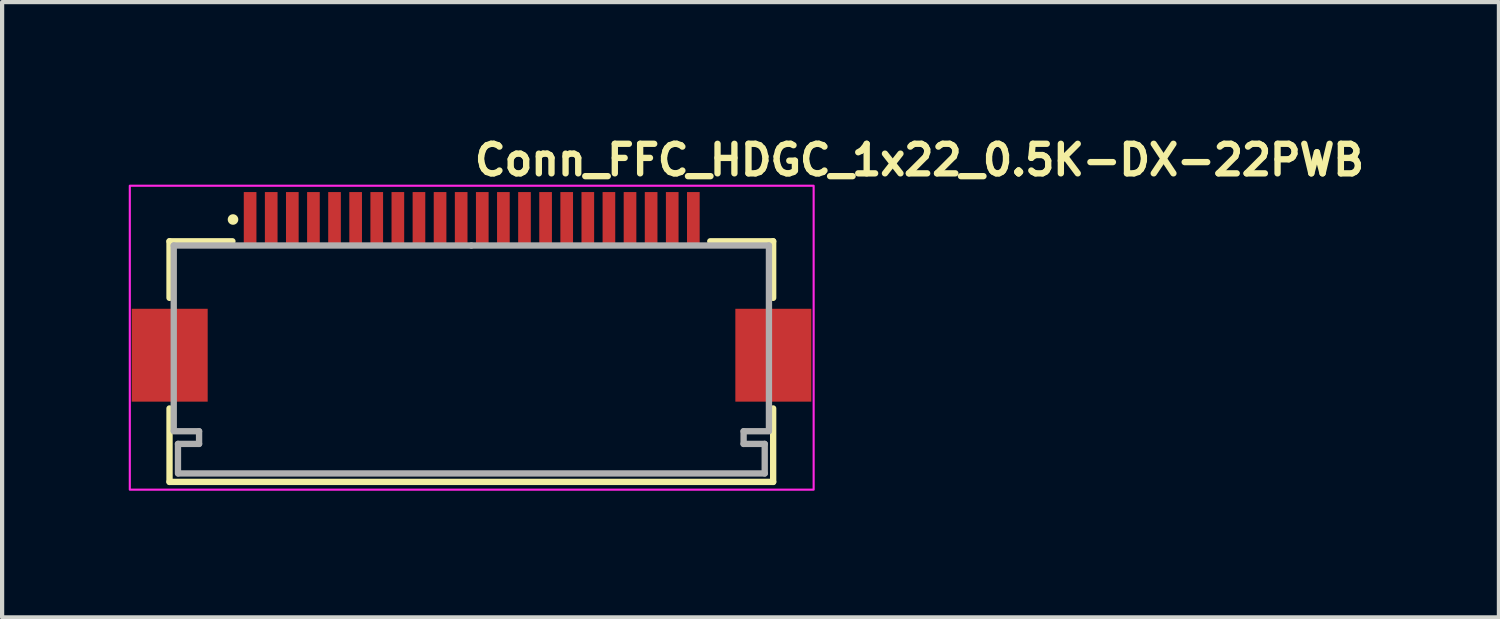
<source format=kicad_pcb>
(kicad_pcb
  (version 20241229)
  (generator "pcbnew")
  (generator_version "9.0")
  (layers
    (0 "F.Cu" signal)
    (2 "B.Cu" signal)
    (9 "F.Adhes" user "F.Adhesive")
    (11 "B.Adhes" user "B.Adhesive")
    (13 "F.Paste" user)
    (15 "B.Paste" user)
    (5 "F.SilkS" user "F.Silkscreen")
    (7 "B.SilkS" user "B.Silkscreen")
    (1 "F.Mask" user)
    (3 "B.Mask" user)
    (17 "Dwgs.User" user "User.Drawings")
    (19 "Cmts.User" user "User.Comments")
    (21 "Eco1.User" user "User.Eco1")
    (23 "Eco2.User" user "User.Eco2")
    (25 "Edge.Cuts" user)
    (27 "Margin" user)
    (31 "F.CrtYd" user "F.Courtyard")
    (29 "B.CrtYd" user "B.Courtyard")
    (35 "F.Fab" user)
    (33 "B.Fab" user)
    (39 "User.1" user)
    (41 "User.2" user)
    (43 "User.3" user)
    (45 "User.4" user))
  (footprint "Conn_FFC_HDGC_1x22_0.5K-DX-22PWB"
    (layer "F.Cu")
    (at 8.125 4.95)
    (property "Reference" "Conn_FFC_HDGC_1x22_0.5K-DX-22PWB" (at -0.009 -3.8 180) (layer "F.SilkS") (effects (font (size 0.7 0.7) (thickness 0.15)) (justify left bottom)))
    (attr smd)
    (fp_line (start -7.159 -2.284) (end -7.159 -0.944) (stroke (width 0.15) (type solid)) (layer "F.SilkS"))
    (fp_line (start -7.159 1.676) (end -7.159 3.416) (stroke (width 0.15) (type solid)) (layer "F.SilkS"))
    (fp_line (start -7.159 3.416) (end 7.141 3.416) (stroke (width 0.15) (type solid)) (layer "F.SilkS"))
    (fp_line (start -5.669 -2.284) (end -7.159 -2.284) (stroke (width 0.15) (type solid)) (layer "F.SilkS"))
    (fp_line (start 5.651 -2.284) (end 7.141 -2.284) (stroke (width 0.15) (type solid)) (layer "F.SilkS"))
    (fp_line (start 7.141 -2.284) (end 7.141 -0.944) (stroke (width 0.15) (type solid)) (layer "F.SilkS"))
    (fp_line (start 7.141 3.416) (end 7.141 1.676) (stroke (width 0.15) (type solid)) (layer "F.SilkS"))
    (fp_circle (center -5.655 -2.8) (end -5.605 -2.8) (stroke (width 0.15) (type solid)) (fill yes) (layer "F.SilkS"))
    (fp_rect (start -8.1 -3.6) (end 8.1 3.6) (stroke (width 0.05) (type solid)) (fill no) (layer "F.CrtYd"))
    (fp_line (start -7.059 -2.184) (end -7.059 2.2) (stroke (width 0.15) (type solid)) (layer "F.Fab"))
    (fp_line (start -7.059 2.216) (end -6.459 2.216) (stroke (width 0.15) (type solid)) (layer "F.Fab"))
    (fp_line (start -6.959 2.516) (end -6.959 3.216) (stroke (width 0.15) (type solid)) (layer "F.Fab"))
    (fp_line (start -6.459 2.216) (end -6.459 2.516) (stroke (width 0.15) (type solid)) (layer "F.Fab"))
    (fp_line (start -6.459 2.516) (end -6.959 2.516) (stroke (width 0.15) (type solid)) (layer "F.Fab"))
    (fp_line (start -0.009 -2.184) (end -7.059 -2.184) (stroke (width 0.15) (type solid)) (layer "F.Fab"))
    (fp_line (start -0.009 -2.184) (end 7.041 -2.184) (stroke (width 0.15) (type solid)) (layer "F.Fab"))
    (fp_line (start 6.441 2.216) (end 6.441 2.516) (stroke (width 0.15) (type solid)) (layer "F.Fab"))
    (fp_line (start 6.441 2.516) (end 6.941 2.516) (stroke (width 0.15) (type solid)) (layer "F.Fab"))
    (fp_line (start 6.941 2.516) (end 6.941 3.216) (stroke (width 0.15) (type solid)) (layer "F.Fab"))
    (fp_line (start 6.941 3.216) (end -6.95 3.216) (stroke (width 0.15) (type solid)) (layer "F.Fab"))
    (fp_line (start 7.041 -2.184) (end 7.041 2.2) (stroke (width 0.15) (type solid)) (layer "F.Fab"))
    (fp_line (start 7.041 2.216) (end 6.441 2.216) (stroke (width 0.15) (type solid)) (layer "F.Fab"))
    (fp_rect (start -7.55 -3.2) (end 7.55 3.2) (stroke (width 0.1) (type solid)) (fill no) (layer "User.5"))
    (fp_line (start -7.55 0.8) (end -7.55 -0.4) (stroke (width 0.02) (type solid)) (layer "User.9"))
    (fp_line (start -7.3 -0.4) (end -7.55 -0.4) (stroke (width 0.02) (type solid)) (layer "User.9"))
    (fp_line (start -7.3 -0.4) (end -6.7 -0.4) (stroke (width 0.02) (type solid)) (layer "User.9"))
    (fp_line (start -7.3 0.8) (end -7.55 0.8) (stroke (width 0.02) (type solid)) (layer "User.9"))
    (fp_line (start -7.3 0.8) (end -6.7 0.8) (stroke (width 0.02) (type solid)) (layer "User.9"))
    (fp_line (start -7.05 -2.4) (end -7.05 -0.5) (stroke (width 0.02) (type solid)) (layer "User.9"))
    (fp_line (start -7.05 -2.4) (end -5.85 -2.4) (stroke (width 0.02) (type solid)) (layer "User.9"))
    (fp_line (start -7.05 -0.4) (end -7.05 -0.5) (stroke (width 0.02) (type solid)) (layer "User.9"))
    (fp_line (start -7.05 2.2) (end -7.05 0.8) (stroke (width 0.02) (type solid)) (layer "User.9"))
    (fp_line (start -7.05 2.2) (end -6.65 2.2) (stroke (width 0.02) (type solid)) (layer "User.9"))
    (fp_line (start -6.85 3.2) (end -6.85 2.5) (stroke (width 0.02) (type solid)) (layer "User.9"))
    (fp_line (start -6.65 -0.5) (end -7.05 -0.5) (stroke (width 0.02) (type solid)) (layer "User.9"))
    (fp_line (start -6.65 -0.4) (end -6.65 -0.5) (stroke (width 0.02) (type solid)) (layer "User.9"))
    (fp_line (start -6.65 2.2) (end -6.65 0.8) (stroke (width 0.02) (type solid)) (layer "User.9"))
    (fp_line (start -6.65 2.2) (end -5.85 2.2) (stroke (width 0.02) (type solid)) (layer "User.9"))
    (fp_line (start -6.47 -0.4) (end -6.7 -0.4) (stroke (width 0.02) (type solid)) (layer "User.9"))
    (fp_line (start -6.47 0.8) (end -6.7 0.8) (stroke (width 0.02) (type solid)) (layer "User.9"))
    (fp_line (start -6.47 0.8) (end -6.47 -0.4) (stroke (width 0.02) (type solid)) (layer "User.9"))
    (fp_line (start -6.45 2.2) (end -6.45 2.3) (stroke (width 0.02) (type solid)) (layer "User.9"))
    (fp_line (start -6.45 2.3) (end -5.785 2.3) (stroke (width 0.02) (type solid)) (layer "User.9"))
    (fp_line (start -6.45 2.5) (end -6.45 2.3) (stroke (width 0.02) (type solid)) (layer "User.9"))
    (fp_line (start -5.85 -2.4) (end -5.45 -2.4) (stroke (width 0.02) (type solid)) (layer "User.9"))
    (fp_line (start -5.85 2.2) (end -5.85 -2.4) (stroke (width 0.02) (type solid)) (layer "User.9"))
    (fp_line (start -5.785 2.3) (end -5.785 2.5) (stroke (width 0.02) (type solid)) (layer "User.9"))
    (fp_line (start -5.785 2.5) (end -6.85 2.5) (stroke (width 0.02) (type solid)) (layer "User.9"))
    (fp_line (start -5.785 3.2) (end -6.85 3.2) (stroke (width 0.02) (type solid)) (layer "User.9"))
    (fp_line (start -5.785 3.2) (end -5.785 2.5) (stroke (width 0.02) (type solid)) (layer "User.9"))
    (fp_line (start -5.672 2.3) (end -5.785 2.3) (stroke (width 0.02) (type solid)) (layer "User.9"))
    (fp_line (start -5.672 2.3) (end -5.672 2.2) (stroke (width 0.02) (type solid)) (layer "User.9"))
    (fp_line (start -5.45 -2.4) (end -5.35 -2.205) (stroke (width 0.02) (type solid)) (layer "User.9"))
    (fp_line (start -5.35 -3.1) (end -5.35 -3.2) (stroke (width 0.02) (type solid)) (layer "User.9"))
    (fp_line (start -5.35 -2.8) (end -5.35 -3.1) (stroke (width 0.02) (type solid)) (layer "User.9"))
    (fp_line (start -5.35 -2.709) (end -5.35 -2.8) (stroke (width 0.02) (type solid)) (layer "User.9"))
    (fp_line (start -5.35 -2.6) (end -5.35 -2.709) (stroke (width 0.02) (type solid)) (layer "User.9"))
    (fp_line (start -5.35 -2.4) (end -5.35 -2.6) (stroke (width 0.02) (type solid)) (layer "User.9"))
    (fp_line (start -5.35 -2.205) (end -5.35 -2.4) (stroke (width 0.02) (type solid)) (layer "User.9"))
    (fp_line (start -5.35 -2.2) (end -5.35 -2.205) (stroke (width 0.02) (type solid)) (layer "User.9"))
    (fp_line (start -5.35 -2.2) (end 5.348 -2.2) (stroke (width 0.02) (type solid)) (layer "User.9"))
    (fp_line (start -5.35 2.2) (end -5.35 3.2) (stroke (width 0.02) (type solid)) (layer "User.9"))
    (fp_line (start -5.35 3.2) (end -5.785 3.2) (stroke (width 0.02) (type solid)) (layer "User.9"))
    (fp_line (start -5.15 -3.2) (end -5.35 -3.2) (stroke (width 0.02) (type solid)) (layer "User.9"))
    (fp_line (start -5.15 -3.1) (end -5.15 -3.2) (stroke (width 0.02) (type solid)) (layer "User.9"))
    (fp_line (start -5.15 -3.1) (end -5.15 -2.8) (stroke (width 0.02) (type solid)) (layer "User.9"))
    (fp_line (start -5.15 -2.709) (end -5.15 -2.8) (stroke (width 0.02) (type solid)) (layer "User.9"))
    (fp_line (start -5.15 -2.709) (end -5.15 -2.6) (stroke (width 0.02) (type solid)) (layer "User.9"))
    (fp_line (start -5.15 -2.6) (end -5.35 -2.6) (stroke (width 0.02) (type solid)) (layer "User.9"))
    (fp_line (start -5.15 -2.6) (end -5.15 -2.4) (stroke (width 0.02) (type solid)) (layer "User.9"))
    (fp_line (start -5.15 -2.4) (end -5.35 -2.4) (stroke (width 0.02) (type solid)) (layer "User.9"))
    (fp_line (start -5.15 -2.4) (end -5.15 -2.2) (stroke (width 0.02) (type solid)) (layer "User.9"))
    (fp_line (start -5.05 -2.4) (end -5.15 -2.205) (stroke (width 0.02) (type solid)) (layer "User.9"))
    (fp_line (start -4.95 -2.4) (end -5.05 -2.4) (stroke (width 0.02) (type solid)) (layer "User.9"))
    (fp_line (start -4.95 -2.4) (end -4.85 -2.205) (stroke (width 0.02) (type solid)) (layer "User.9"))
    (fp_line (start -4.85 -3.1) (end -4.85 -3.2) (stroke (width 0.02) (type solid)) (layer "User.9"))
    (fp_line (start -4.85 -2.8) (end -4.85 -3.1) (stroke (width 0.02) (type solid)) (layer "User.9"))
    (fp_line (start -4.85 -2.709) (end -4.85 -2.8) (stroke (width 0.02) (type solid)) (layer "User.9"))
    (fp_line (start -4.85 -2.6) (end -4.85 -2.709) (stroke (width 0.02) (type solid)) (layer "User.9"))
    (fp_line (start -4.85 -2.4) (end -4.85 -2.6) (stroke (width 0.02) (type solid)) (layer "User.9"))
    (fp_line (start -4.85 -2.2) (end -4.85 -2.4) (stroke (width 0.02) (type solid)) (layer "User.9"))
    (fp_line (start -4.65 -3.2) (end -4.85 -3.2) (stroke (width 0.02) (type solid)) (layer "User.9"))
    (fp_line (start -4.65 -3.1) (end -4.65 -3.2) (stroke (width 0.02) (type solid)) (layer "User.9"))
    (fp_line (start -4.65 -3.1) (end -4.65 -2.8) (stroke (width 0.02) (type solid)) (layer "User.9"))
    (fp_line (start -4.65 -2.709) (end -4.65 -2.8) (stroke (width 0.02) (type solid)) (layer "User.9"))
    (fp_line (start -4.65 -2.709) (end -4.65 -2.6) (stroke (width 0.02) (type solid)) (layer "User.9"))
    (fp_line (start -4.65 -2.6) (end -4.85 -2.6) (stroke (width 0.02) (type solid)) (layer "User.9"))
    (fp_line (start -4.65 -2.6) (end -4.65 -2.4) (stroke (width 0.02) (type solid)) (layer "User.9"))
    (fp_line (start -4.65 -2.4) (end -4.85 -2.4) (stroke (width 0.02) (type solid)) (layer "User.9"))
    (fp_line (start -4.65 -2.4) (end -4.65 -2.2) (stroke (width 0.02) (type solid)) (layer "User.9"))
    (fp_line (start -4.55 -2.4) (end -4.65 -2.205) (stroke (width 0.02) (type solid)) (layer "User.9"))
    (fp_line (start -4.45 -2.4) (end -4.55 -2.4) (stroke (width 0.02) (type solid)) (layer "User.9"))
    (fp_line (start -4.45 -2.4) (end -4.35 -2.205) (stroke (width 0.02) (type solid)) (layer "User.9"))
    (fp_line (start -4.35 -3.1) (end -4.35 -3.2) (stroke (width 0.02) (type solid)) (layer "User.9"))
    (fp_line (start -4.35 -3.1) (end -4.35 -2.8) (stroke (width 0.02) (type solid)) (layer "User.9"))
    (fp_line (start -4.35 -2.709) (end -4.35 -2.8) (stroke (width 0.02) (type solid)) (layer "User.9"))
    (fp_line (start -4.35 -2.709) (end -4.35 -2.6) (stroke (width 0.02) (type solid)) (layer "User.9"))
    (fp_line (start -4.35 -2.6) (end -4.35 -2.4) (stroke (width 0.02) (type solid)) (layer "User.9"))
    (fp_line (start -4.35 -2.4) (end -4.35 -2.2) (stroke (width 0.02) (type solid)) (layer "User.9"))
    (fp_line (start -4.15 -3.2) (end -4.35 -3.2) (stroke (width 0.02) (type solid)) (layer "User.9"))
    (fp_line (start -4.15 -3.1) (end -4.15 -3.2) (stroke (width 0.02) (type solid)) (layer "User.9"))
    (fp_line (start -4.15 -3.1) (end -4.15 -2.8) (stroke (width 0.02) (type solid)) (layer "User.9"))
    (fp_line (start -4.15 -2.709) (end -4.15 -2.8) (stroke (width 0.02) (type solid)) (layer "User.9"))
    (fp_line (start -4.15 -2.709) (end -4.15 -2.6) (stroke (width 0.02) (type solid)) (layer "User.9"))
    (fp_line (start -4.15 -2.6) (end -4.35 -2.6) (stroke (width 0.02) (type solid)) (layer "User.9"))
    (fp_line (start -4.15 -2.6) (end -4.15 -2.4) (stroke (width 0.02) (type solid)) (layer "User.9"))
    (fp_line (start -4.15 -2.4) (end -4.35 -2.4) (stroke (width 0.02) (type solid)) (layer "User.9"))
    (fp_line (start -4.15 -2.4) (end -4.15 -2.2) (stroke (width 0.02) (type solid)) (layer "User.9"))
    (fp_line (start -4.05 -2.4) (end -4.15 -2.205) (stroke (width 0.02) (type solid)) (layer "User.9"))
    (fp_line (start -3.95 -2.4) (end -4.05 -2.4) (stroke (width 0.02) (type solid)) (layer "User.9"))
    (fp_line (start -3.95 -2.4) (end -3.85 -2.205) (stroke (width 0.02) (type solid)) (layer "User.9"))
    (fp_line (start -3.85 -3.1) (end -3.85 -3.2) (stroke (width 0.02) (type solid)) (layer "User.9"))
    (fp_line (start -3.85 -3.1) (end -3.85 -2.8) (stroke (width 0.02) (type solid)) (layer "User.9"))
    (fp_line (start -3.85 -2.709) (end -3.85 -2.8) (stroke (width 0.02) (type solid)) (layer "User.9"))
    (fp_line (start -3.85 -2.709) (end -3.85 -2.6) (stroke (width 0.02) (type solid)) (layer "User.9"))
    (fp_line (start -3.85 -2.6) (end -3.85 -2.4) (stroke (width 0.02) (type solid)) (layer "User.9"))
    (fp_line (start -3.85 -2.4) (end -3.85 -2.2) (stroke (width 0.02) (type solid)) (layer "User.9"))
    (fp_line (start -3.65 -3.2) (end -3.85 -3.2) (stroke (width 0.02) (type solid)) (layer "User.9"))
    (fp_line (start -3.65 -3.1) (end -3.65 -3.2) (stroke (width 0.02) (type solid)) (layer "User.9"))
    (fp_line (start -3.65 -3.1) (end -3.65 -2.8) (stroke (width 0.02) (type solid)) (layer "User.9"))
    (fp_line (start -3.65 -2.709) (end -3.65 -2.8) (stroke (width 0.02) (type solid)) (layer "User.9"))
    (fp_line (start -3.65 -2.709) (end -3.65 -2.6) (stroke (width 0.02) (type solid)) (layer "User.9"))
    (fp_line (start -3.65 -2.6) (end -3.85 -2.6) (stroke (width 0.02) (type solid)) (layer "User.9"))
    (fp_line (start -3.65 -2.6) (end -3.65 -2.4) (stroke (width 0.02) (type solid)) (layer "User.9"))
    (fp_line (start -3.65 -2.4) (end -3.85 -2.4) (stroke (width 0.02) (type solid)) (layer "User.9"))
    (fp_line (start -3.65 -2.4) (end -3.65 -2.2) (stroke (width 0.02) (type solid)) (layer "User.9"))
    (fp_line (start -3.55 -2.4) (end -3.65 -2.205) (stroke (width 0.02) (type solid)) (layer "User.9"))
    (fp_line (start -3.45 -2.4) (end -3.55 -2.4) (stroke (width 0.02) (type solid)) (layer "User.9"))
    (fp_line (start -3.45 -2.4) (end -3.35 -2.205) (stroke (width 0.02) (type solid)) (layer "User.9"))
    (fp_line (start -3.35 -3.1) (end -3.35 -3.2) (stroke (width 0.02) (type solid)) (layer "User.9"))
    (fp_line (start -3.35 -3.1) (end -3.35 -2.8) (stroke (width 0.02) (type solid)) (layer "User.9"))
    (fp_line (start -3.35 -2.709) (end -3.35 -2.8) (stroke (width 0.02) (type solid)) (layer "User.9"))
    (fp_line (start -3.35 -2.709) (end -3.35 -2.6) (stroke (width 0.02) (type solid)) (layer "User.9"))
    (fp_line (start -3.35 -2.6) (end -3.35 -2.4) (stroke (width 0.02) (type solid)) (layer "User.9"))
    (fp_line (start -3.35 -2.4) (end -3.35 -2.2) (stroke (width 0.02) (type solid)) (layer "User.9"))
    (fp_line (start -3.15 -3.2) (end -3.35 -3.2) (stroke (width 0.02) (type solid)) (layer "User.9"))
    (fp_line (start -3.15 -3.1) (end -3.15 -3.2) (stroke (width 0.02) (type solid)) (layer "User.9"))
    (fp_line (start -3.15 -3.1) (end -3.15 -2.8) (stroke (width 0.02) (type solid)) (layer "User.9"))
    (fp_line (start -3.15 -2.709) (end -3.15 -2.8) (stroke (width 0.02) (type solid)) (layer "User.9"))
    (fp_line (start -3.15 -2.709) (end -3.15 -2.6) (stroke (width 0.02) (type solid)) (layer "User.9"))
    (fp_line (start -3.15 -2.6) (end -3.35 -2.6) (stroke (width 0.02) (type solid)) (layer "User.9"))
    (fp_line (start -3.15 -2.6) (end -3.15 -2.4) (stroke (width 0.02) (type solid)) (layer "User.9"))
    (fp_line (start -3.15 -2.4) (end -3.35 -2.4) (stroke (width 0.02) (type solid)) (layer "User.9"))
    (fp_line (start -3.15 -2.4) (end -3.15 -2.2) (stroke (width 0.02) (type solid)) (layer "User.9"))
    (fp_line (start -3.05 -2.4) (end -3.15 -2.205) (stroke (width 0.02) (type solid)) (layer "User.9"))
    (fp_line (start -2.95 -2.4) (end -3.05 -2.4) (stroke (width 0.02) (type solid)) (layer "User.9"))
    (fp_line (start -2.95 -2.4) (end -2.85 -2.205) (stroke (width 0.02) (type solid)) (layer "User.9"))
    (fp_line (start -2.85 -3.1) (end -2.85 -3.2) (stroke (width 0.02) (type solid)) (layer "User.9"))
    (fp_line (start -2.85 -3.1) (end -2.85 -2.8) (stroke (width 0.02) (type solid)) (layer "User.9"))
    (fp_line (start -2.85 -2.709) (end -2.85 -2.8) (stroke (width 0.02) (type solid)) (layer "User.9"))
    (fp_line (start -2.85 -2.709) (end -2.85 -2.6) (stroke (width 0.02) (type solid)) (layer "User.9"))
    (fp_line (start -2.85 -2.6) (end -2.85 -2.4) (stroke (width 0.02) (type solid)) (layer "User.9"))
    (fp_line (start -2.85 -2.4) (end -2.85 -2.2) (stroke (width 0.02) (type solid)) (layer "User.9"))
    (fp_line (start -2.65 -3.2) (end -2.85 -3.2) (stroke (width 0.02) (type solid)) (layer "User.9"))
    (fp_line (start -2.65 -3.1) (end -2.65 -3.2) (stroke (width 0.02) (type solid)) (layer "User.9"))
    (fp_line (start -2.65 -3.1) (end -2.65 -2.8) (stroke (width 0.02) (type solid)) (layer "User.9"))
    (fp_line (start -2.65 -2.709) (end -2.65 -2.8) (stroke (width 0.02) (type solid)) (layer "User.9"))
    (fp_line (start -2.65 -2.709) (end -2.65 -2.6) (stroke (width 0.02) (type solid)) (layer "User.9"))
    (fp_line (start -2.65 -2.6) (end -2.85 -2.6) (stroke (width 0.02) (type solid)) (layer "User.9"))
    (fp_line (start -2.65 -2.6) (end -2.65 -2.4) (stroke (width 0.02) (type solid)) (layer "User.9"))
    (fp_line (start -2.65 -2.4) (end -2.85 -2.4) (stroke (width 0.02) (type solid)) (layer "User.9"))
    (fp_line (start -2.65 -2.4) (end -2.65 -2.2) (stroke (width 0.02) (type solid)) (layer "User.9"))
    (fp_line (start -2.55 -2.4) (end -2.65 -2.205) (stroke (width 0.02) (type solid)) (layer "User.9"))
    (fp_line (start -2.45 -2.4) (end -2.55 -2.4) (stroke (width 0.02) (type solid)) (layer "User.9"))
    (fp_line (start -2.45 -2.4) (end -2.35 -2.205) (stroke (width 0.02) (type solid)) (layer "User.9"))
    (fp_line (start -2.35 -3.1) (end -2.35 -3.2) (stroke (width 0.02) (type solid)) (layer "User.9"))
    (fp_line (start -2.35 -3.1) (end -2.35 -2.8) (stroke (width 0.02) (type solid)) (layer "User.9"))
    (fp_line (start -2.35 -2.709) (end -2.35 -2.8) (stroke (width 0.02) (type solid)) (layer "User.9"))
    (fp_line (start -2.35 -2.709) (end -2.35 -2.6) (stroke (width 0.02) (type solid)) (layer "User.9"))
    (fp_line (start -2.35 -2.6) (end -2.35 -2.4) (stroke (width 0.02) (type solid)) (layer "User.9"))
    (fp_line (start -2.35 -2.4) (end -2.35 -2.2) (stroke (width 0.02) (type solid)) (layer "User.9"))
    (fp_line (start -2.15 -3.2) (end -2.35 -3.2) (stroke (width 0.02) (type solid)) (layer "User.9"))
    (fp_line (start -2.15 -3.1) (end -2.15 -3.2) (stroke (width 0.02) (type solid)) (layer "User.9"))
    (fp_line (start -2.15 -3.1) (end -2.15 -2.8) (stroke (width 0.02) (type solid)) (layer "User.9"))
    (fp_line (start -2.15 -2.709) (end -2.15 -2.8) (stroke (width 0.02) (type solid)) (layer "User.9"))
    (fp_line (start -2.15 -2.709) (end -2.15 -2.6) (stroke (width 0.02) (type solid)) (layer "User.9"))
    (fp_line (start -2.15 -2.6) (end -2.35 -2.6) (stroke (width 0.02) (type solid)) (layer "User.9"))
    (fp_line (start -2.15 -2.6) (end -2.15 -2.4) (stroke (width 0.02) (type solid)) (layer "User.9"))
    (fp_line (start -2.15 -2.4) (end -2.35 -2.4) (stroke (width 0.02) (type solid)) (layer "User.9"))
    (fp_line (start -2.15 -2.4) (end -2.15 -2.2) (stroke (width 0.02) (type solid)) (layer "User.9"))
    (fp_line (start -2.05 -2.4) (end -2.15 -2.205) (stroke (width 0.02) (type solid)) (layer "User.9"))
    (fp_line (start -1.95 -2.4) (end -2.05 -2.4) (stroke (width 0.02) (type solid)) (layer "User.9"))
    (fp_line (start -1.95 -2.4) (end -1.85 -2.205) (stroke (width 0.02) (type solid)) (layer "User.9"))
    (fp_line (start -1.85 -3.1) (end -1.85 -3.2) (stroke (width 0.02) (type solid)) (layer "User.9"))
    (fp_line (start -1.85 -3.1) (end -1.85 -2.8) (stroke (width 0.02) (type solid)) (layer "User.9"))
    (fp_line (start -1.85 -2.709) (end -1.85 -2.8) (stroke (width 0.02) (type solid)) (layer "User.9"))
    (fp_line (start -1.85 -2.709) (end -1.85 -2.6) (stroke (width 0.02) (type solid)) (layer "User.9"))
    (fp_line (start -1.85 -2.6) (end -1.85 -2.4) (stroke (width 0.02) (type solid)) (layer "User.9"))
    (fp_line (start -1.85 -2.4) (end -1.85 -2.2) (stroke (width 0.02) (type solid)) (layer "User.9"))
    (fp_line (start -1.65 -3.2) (end -1.85 -3.2) (stroke (width 0.02) (type solid)) (layer "User.9"))
    (fp_line (start -1.65 -3.1) (end -1.65 -3.2) (stroke (width 0.02) (type solid)) (layer "User.9"))
    (fp_line (start -1.65 -3.1) (end -1.65 -2.8) (stroke (width 0.02) (type solid)) (layer "User.9"))
    (fp_line (start -1.65 -2.709) (end -1.65 -2.8) (stroke (width 0.02) (type solid)) (layer "User.9"))
    (fp_line (start -1.65 -2.709) (end -1.65 -2.6) (stroke (width 0.02) (type solid)) (layer "User.9"))
    (fp_line (start -1.65 -2.6) (end -1.85 -2.6) (stroke (width 0.02) (type solid)) (layer "User.9"))
    (fp_line (start -1.65 -2.6) (end -1.65 -2.4) (stroke (width 0.02) (type solid)) (layer "User.9"))
    (fp_line (start -1.65 -2.4) (end -1.85 -2.4) (stroke (width 0.02) (type solid)) (layer "User.9"))
    (fp_line (start -1.65 -2.4) (end -1.65 -2.2) (stroke (width 0.02) (type solid)) (layer "User.9"))
    (fp_line (start -1.55 -2.4) (end -1.65 -2.205) (stroke (width 0.02) (type solid)) (layer "User.9"))
    (fp_line (start -1.45 -2.4) (end -1.55 -2.4) (stroke (width 0.02) (type solid)) (layer "User.9"))
    (fp_line (start -1.45 -2.4) (end -1.35 -2.205) (stroke (width 0.02) (type solid)) (layer "User.9"))
    (fp_line (start -1.35 -3.1) (end -1.35 -3.2) (stroke (width 0.02) (type solid)) (layer "User.9"))
    (fp_line (start -1.35 -3.1) (end -1.35 -2.8) (stroke (width 0.02) (type solid)) (layer "User.9"))
    (fp_line (start -1.35 -2.709) (end -1.35 -2.8) (stroke (width 0.02) (type solid)) (layer "User.9"))
    (fp_line (start -1.35 -2.709) (end -1.35 -2.6) (stroke (width 0.02) (type solid)) (layer "User.9"))
    (fp_line (start -1.35 -2.6) (end -1.35 -2.4) (stroke (width 0.02) (type solid)) (layer "User.9"))
    (fp_line (start -1.35 -2.4) (end -1.35 -2.2) (stroke (width 0.02) (type solid)) (layer "User.9"))
    (fp_line (start -1.15 -3.2) (end -1.35 -3.2) (stroke (width 0.02) (type solid)) (layer "User.9"))
    (fp_line (start -1.15 -3.1) (end -1.15 -3.2) (stroke (width 0.02) (type solid)) (layer "User.9"))
    (fp_line (start -1.15 -3.1) (end -1.15 -2.8) (stroke (width 0.02) (type solid)) (layer "User.9"))
    (fp_line (start -1.15 -2.709) (end -1.15 -2.8) (stroke (width 0.02) (type solid)) (layer "User.9"))
    (fp_line (start -1.15 -2.709) (end -1.15 -2.6) (stroke (width 0.02) (type solid)) (layer "User.9"))
    (fp_line (start -1.15 -2.6) (end -1.35 -2.6) (stroke (width 0.02) (type solid)) (layer "User.9"))
    (fp_line (start -1.15 -2.6) (end -1.15 -2.4) (stroke (width 0.02) (type solid)) (layer "User.9"))
    (fp_line (start -1.15 -2.4) (end -1.35 -2.4) (stroke (width 0.02) (type solid)) (layer "User.9"))
    (fp_line (start -1.15 -2.4) (end -1.15 -2.2) (stroke (width 0.02) (type solid)) (layer "User.9"))
    (fp_line (start -1.05 -2.4) (end -1.15 -2.205) (stroke (width 0.02) (type solid)) (layer "User.9"))
    (fp_line (start -0.95 -2.4) (end -1.05 -2.4) (stroke (width 0.02) (type solid)) (layer "User.9"))
    (fp_line (start -0.95 -2.4) (end -0.85 -2.205) (stroke (width 0.02) (type solid)) (layer "User.9"))
    (fp_line (start -0.85 -3.1) (end -0.85 -3.2) (stroke (width 0.02) (type solid)) (layer "User.9"))
    (fp_line (start -0.85 -3.1) (end -0.85 -2.8) (stroke (width 0.02) (type solid)) (layer "User.9"))
    (fp_line (start -0.85 -2.709) (end -0.85 -2.8) (stroke (width 0.02) (type solid)) (layer "User.9"))
    (fp_line (start -0.85 -2.709) (end -0.85 -2.6) (stroke (width 0.02) (type solid)) (layer "User.9"))
    (fp_line (start -0.85 -2.6) (end -0.85 -2.4) (stroke (width 0.02) (type solid)) (layer "User.9"))
    (fp_line (start -0.85 -2.4) (end -0.85 -2.2) (stroke (width 0.02) (type solid)) (layer "User.9"))
    (fp_line (start -0.65 -3.2) (end -0.85 -3.2) (stroke (width 0.02) (type solid)) (layer "User.9"))
    (fp_line (start -0.65 -3.1) (end -0.65 -3.2) (stroke (width 0.02) (type solid)) (layer "User.9"))
    (fp_line (start -0.65 -3.1) (end -0.65 -2.8) (stroke (width 0.02) (type solid)) (layer "User.9"))
    (fp_line (start -0.65 -2.709) (end -0.65 -2.8) (stroke (width 0.02) (type solid)) (layer "User.9"))
    (fp_line (start -0.65 -2.709) (end -0.65 -2.6) (stroke (width 0.02) (type solid)) (layer "User.9"))
    (fp_line (start -0.65 -2.6) (end -0.85 -2.6) (stroke (width 0.02) (type solid)) (layer "User.9"))
    (fp_line (start -0.65 -2.6) (end -0.65 -2.4) (stroke (width 0.02) (type solid)) (layer "User.9"))
    (fp_line (start -0.65 -2.4) (end -0.85 -2.4) (stroke (width 0.02) (type solid)) (layer "User.9"))
    (fp_line (start -0.65 -2.4) (end -0.65 -2.2) (stroke (width 0.02) (type solid)) (layer "User.9"))
    (fp_line (start -0.55 -2.4) (end -0.65 -2.205) (stroke (width 0.02) (type solid)) (layer "User.9"))
    (fp_line (start -0.45 -2.4) (end -0.55 -2.4) (stroke (width 0.02) (type solid)) (layer "User.9"))
    (fp_line (start -0.45 -2.4) (end -0.35 -2.205) (stroke (width 0.02) (type solid)) (layer "User.9"))
    (fp_line (start -0.35 -3.1) (end -0.35 -3.2) (stroke (width 0.02) (type solid)) (layer "User.9"))
    (fp_line (start -0.35 -3.1) (end -0.35 -2.8) (stroke (width 0.02) (type solid)) (layer "User.9"))
    (fp_line (start -0.35 -2.709) (end -0.35 -2.8) (stroke (width 0.02) (type solid)) (layer "User.9"))
    (fp_line (start -0.35 -2.709) (end -0.35 -2.6) (stroke (width 0.02) (type solid)) (layer "User.9"))
    (fp_line (start -0.35 -2.6) (end -0.35 -2.4) (stroke (width 0.02) (type solid)) (layer "User.9"))
    (fp_line (start -0.35 -2.4) (end -0.35 -2.2) (stroke (width 0.02) (type solid)) (layer "User.9"))
    (fp_line (start -0.15 -3.2) (end -0.35 -3.2) (stroke (width 0.02) (type solid)) (layer "User.9"))
    (fp_line (start -0.15 -3.1) (end -0.15 -3.2) (stroke (width 0.02) (type solid)) (layer "User.9"))
    (fp_line (start -0.15 -3.1) (end -0.15 -2.8) (stroke (width 0.02) (type solid)) (layer "User.9"))
    (fp_line (start -0.15 -2.709) (end -0.15 -2.8) (stroke (width 0.02) (type solid)) (layer "User.9"))
    (fp_line (start -0.15 -2.709) (end -0.15 -2.6) (stroke (width 0.02) (type solid)) (layer "User.9"))
    (fp_line (start -0.15 -2.6) (end -0.35 -2.6) (stroke (width 0.02) (type solid)) (layer "User.9"))
    (fp_line (start -0.15 -2.6) (end -0.15 -2.4) (stroke (width 0.02) (type solid)) (layer "User.9"))
    (fp_line (start -0.15 -2.4) (end -0.35 -2.4) (stroke (width 0.02) (type solid)) (layer "User.9"))
    (fp_line (start -0.15 -2.4) (end -0.15 -2.2) (stroke (width 0.02) (type solid)) (layer "User.9"))
    (fp_line (start -0.05 -2.4) (end -0.15 -2.205) (stroke (width 0.02) (type solid)) (layer "User.9"))
    (fp_line (start 0.05 -2.4) (end -0.05 -2.4) (stroke (width 0.02) (type solid)) (layer "User.9"))
    (fp_line (start 0.05 -2.4) (end 0.15 -2.205) (stroke (width 0.02) (type solid)) (layer "User.9"))
    (fp_line (start 0.15 -3.1) (end 0.15 -3.2) (stroke (width 0.02) (type solid)) (layer "User.9"))
    (fp_line (start 0.15 -3.1) (end 0.15 -2.8) (stroke (width 0.02) (type solid)) (layer "User.9"))
    (fp_line (start 0.15 -2.709) (end 0.15 -2.8) (stroke (width 0.02) (type solid)) (layer "User.9"))
    (fp_line (start 0.15 -2.709) (end 0.15 -2.6) (stroke (width 0.02) (type solid)) (layer "User.9"))
    (fp_line (start 0.15 -2.6) (end 0.15 -2.4) (stroke (width 0.02) (type solid)) (layer "User.9"))
    (fp_line (start 0.15 -2.4) (end 0.15 -2.2) (stroke (width 0.02) (type solid)) (layer "User.9"))
    (fp_line (start 0.35 -3.2) (end 0.15 -3.2) (stroke (width 0.02) (type solid)) (layer "User.9"))
    (fp_line (start 0.35 -3.1) (end 0.35 -3.2) (stroke (width 0.02) (type solid)) (layer "User.9"))
    (fp_line (start 0.35 -3.1) (end 0.35 -2.8) (stroke (width 0.02) (type solid)) (layer "User.9"))
    (fp_line (start 0.35 -2.709) (end 0.35 -2.8) (stroke (width 0.02) (type solid)) (layer "User.9"))
    (fp_line (start 0.35 -2.709) (end 0.35 -2.6) (stroke (width 0.02) (type solid)) (layer "User.9"))
    (fp_line (start 0.35 -2.6) (end 0.15 -2.6) (stroke (width 0.02) (type solid)) (layer "User.9"))
    (fp_line (start 0.35 -2.6) (end 0.35 -2.4) (stroke (width 0.02) (type solid)) (layer "User.9"))
    (fp_line (start 0.35 -2.4) (end 0.15 -2.4) (stroke (width 0.02) (type solid)) (layer "User.9"))
    (fp_line (start 0.35 -2.4) (end 0.35 -2.2) (stroke (width 0.02) (type solid)) (layer "User.9"))
    (fp_line (start 0.45 -2.4) (end 0.35 -2.205) (stroke (width 0.02) (type solid)) (layer "User.9"))
    (fp_line (start 0.55 -2.4) (end 0.45 -2.4) (stroke (width 0.02) (type solid)) (layer "User.9"))
    (fp_line (start 0.55 -2.4) (end 0.65 -2.205) (stroke (width 0.02) (type solid)) (layer "User.9"))
    (fp_line (start 0.65 -3.1) (end 0.65 -3.2) (stroke (width 0.02) (type solid)) (layer "User.9"))
    (fp_line (start 0.65 -3.1) (end 0.65 -2.8) (stroke (width 0.02) (type solid)) (layer "User.9"))
    (fp_line (start 0.65 -2.709) (end 0.65 -2.8) (stroke (width 0.02) (type solid)) (layer "User.9"))
    (fp_line (start 0.65 -2.709) (end 0.65 -2.6) (stroke (width 0.02) (type solid)) (layer "User.9"))
    (fp_line (start 0.65 -2.6) (end 0.65 -2.4) (stroke (width 0.02) (type solid)) (layer "User.9"))
    (fp_line (start 0.65 -2.4) (end 0.65 -2.2) (stroke (width 0.02) (type solid)) (layer "User.9"))
    (fp_line (start 0.85 -3.2) (end 0.65 -3.2) (stroke (width 0.02) (type solid)) (layer "User.9"))
    (fp_line (start 0.85 -3.1) (end 0.85 -3.2) (stroke (width 0.02) (type solid)) (layer "User.9"))
    (fp_line (start 0.85 -3.1) (end 0.85 -2.8) (stroke (width 0.02) (type solid)) (layer "User.9"))
    (fp_line (start 0.85 -2.709) (end 0.85 -2.8) (stroke (width 0.02) (type solid)) (layer "User.9"))
    (fp_line (start 0.85 -2.709) (end 0.85 -2.6) (stroke (width 0.02) (type solid)) (layer "User.9"))
    (fp_line (start 0.85 -2.6) (end 0.65 -2.6) (stroke (width 0.02) (type solid)) (layer "User.9"))
    (fp_line (start 0.85 -2.6) (end 0.85 -2.4) (stroke (width 0.02) (type solid)) (layer "User.9"))
    (fp_line (start 0.85 -2.4) (end 0.65 -2.4) (stroke (width 0.02) (type solid)) (layer "User.9"))
    (fp_line (start 0.85 -2.4) (end 0.85 -2.2) (stroke (width 0.02) (type solid)) (layer "User.9"))
    (fp_line (start 0.95 -2.4) (end 0.85 -2.205) (stroke (width 0.02) (type solid)) (layer "User.9"))
    (fp_line (start 1.05 -2.4) (end 0.95 -2.4) (stroke (width 0.02) (type solid)) (layer "User.9"))
    (fp_line (start 1.05 -2.4) (end 1.15 -2.205) (stroke (width 0.02) (type solid)) (layer "User.9"))
    (fp_line (start 1.15 -3.1) (end 1.15 -3.2) (stroke (width 0.02) (type solid)) (layer "User.9"))
    (fp_line (start 1.15 -3.1) (end 1.15 -2.8) (stroke (width 0.02) (type solid)) (layer "User.9"))
    (fp_line (start 1.15 -2.709) (end 1.15 -2.8) (stroke (width 0.02) (type solid)) (layer "User.9"))
    (fp_line (start 1.15 -2.709) (end 1.15 -2.6) (stroke (width 0.02) (type solid)) (layer "User.9"))
    (fp_line (start 1.15 -2.6) (end 1.15 -2.4) (stroke (width 0.02) (type solid)) (layer "User.9"))
    (fp_line (start 1.15 -2.4) (end 1.15 -2.2) (stroke (width 0.02) (type solid)) (layer "User.9"))
    (fp_line (start 1.35 -3.2) (end 1.15 -3.2) (stroke (width 0.02) (type solid)) (layer "User.9"))
    (fp_line (start 1.35 -3.1) (end 1.35 -3.2) (stroke (width 0.02) (type solid)) (layer "User.9"))
    (fp_line (start 1.35 -3.1) (end 1.35 -2.8) (stroke (width 0.02) (type solid)) (layer "User.9"))
    (fp_line (start 1.35 -2.709) (end 1.35 -2.8) (stroke (width 0.02) (type solid)) (layer "User.9"))
    (fp_line (start 1.35 -2.709) (end 1.35 -2.6) (stroke (width 0.02) (type solid)) (layer "User.9"))
    (fp_line (start 1.35 -2.6) (end 1.15 -2.6) (stroke (width 0.02) (type solid)) (layer "User.9"))
    (fp_line (start 1.35 -2.6) (end 1.35 -2.4) (stroke (width 0.02) (type solid)) (layer "User.9"))
    (fp_line (start 1.35 -2.4) (end 1.15 -2.4) (stroke (width 0.02) (type solid)) (layer "User.9"))
    (fp_line (start 1.35 -2.4) (end 1.35 -2.2) (stroke (width 0.02) (type solid)) (layer "User.9"))
    (fp_line (start 1.45 -2.4) (end 1.35 -2.205) (stroke (width 0.02) (type solid)) (layer "User.9"))
    (fp_line (start 1.55 -2.4) (end 1.45 -2.4) (stroke (width 0.02) (type solid)) (layer "User.9"))
    (fp_line (start 1.55 -2.4) (end 1.65 -2.205) (stroke (width 0.02) (type solid)) (layer "User.9"))
    (fp_line (start 1.65 -3.1) (end 1.65 -3.2) (stroke (width 0.02) (type solid)) (layer "User.9"))
    (fp_line (start 1.65 -3.1) (end 1.65 -2.8) (stroke (width 0.02) (type solid)) (layer "User.9"))
    (fp_line (start 1.65 -2.709) (end 1.65 -2.8) (stroke (width 0.02) (type solid)) (layer "User.9"))
    (fp_line (start 1.65 -2.709) (end 1.65 -2.6) (stroke (width 0.02) (type solid)) (layer "User.9"))
    (fp_line (start 1.65 -2.6) (end 1.65 -2.4) (stroke (width 0.02) (type solid)) (layer "User.9"))
    (fp_line (start 1.65 -2.4) (end 1.65 -2.2) (stroke (width 0.02) (type solid)) (layer "User.9"))
    (fp_line (start 1.85 -3.2) (end 1.65 -3.2) (stroke (width 0.02) (type solid)) (layer "User.9"))
    (fp_line (start 1.85 -3.1) (end 1.85 -3.2) (stroke (width 0.02) (type solid)) (layer "User.9"))
    (fp_line (start 1.85 -3.1) (end 1.85 -2.8) (stroke (width 0.02) (type solid)) (layer "User.9"))
    (fp_line (start 1.85 -2.709) (end 1.85 -2.8) (stroke (width 0.02) (type solid)) (layer "User.9"))
    (fp_line (start 1.85 -2.709) (end 1.85 -2.6) (stroke (width 0.02) (type solid)) (layer "User.9"))
    (fp_line (start 1.85 -2.6) (end 1.65 -2.6) (stroke (width 0.02) (type solid)) (layer "User.9"))
    (fp_line (start 1.85 -2.6) (end 1.85 -2.4) (stroke (width 0.02) (type solid)) (layer "User.9"))
    (fp_line (start 1.85 -2.4) (end 1.65 -2.4) (stroke (width 0.02) (type solid)) (layer "User.9"))
    (fp_line (start 1.85 -2.4) (end 1.85 -2.2) (stroke (width 0.02) (type solid)) (layer "User.9"))
    (fp_line (start 1.95 -2.4) (end 1.85 -2.205) (stroke (width 0.02) (type solid)) (layer "User.9"))
    (fp_line (start 2.05 -2.4) (end 1.95 -2.4) (stroke (width 0.02) (type solid)) (layer "User.9"))
    (fp_line (start 2.05 -2.4) (end 2.15 -2.205) (stroke (width 0.02) (type solid)) (layer "User.9"))
    (fp_line (start 2.15 -3.1) (end 2.15 -3.2) (stroke (width 0.02) (type solid)) (layer "User.9"))
    (fp_line (start 2.15 -3.1) (end 2.15 -2.8) (stroke (width 0.02) (type solid)) (layer "User.9"))
    (fp_line (start 2.15 -2.709) (end 2.15 -2.8) (stroke (width 0.02) (type solid)) (layer "User.9"))
    (fp_line (start 2.15 -2.709) (end 2.15 -2.6) (stroke (width 0.02) (type solid)) (layer "User.9"))
    (fp_line (start 2.15 -2.6) (end 2.15 -2.4) (stroke (width 0.02) (type solid)) (layer "User.9"))
    (fp_line (start 2.15 -2.4) (end 2.15 -2.2) (stroke (width 0.02) (type solid)) (layer "User.9"))
    (fp_line (start 2.35 -3.2) (end 2.15 -3.2) (stroke (width 0.02) (type solid)) (layer "User.9"))
    (fp_line (start 2.35 -3.1) (end 2.35 -3.2) (stroke (width 0.02) (type solid)) (layer "User.9"))
    (fp_line (start 2.35 -3.1) (end 2.35 -2.8) (stroke (width 0.02) (type solid)) (layer "User.9"))
    (fp_line (start 2.35 -2.709) (end 2.35 -2.8) (stroke (width 0.02) (type solid)) (layer "User.9"))
    (fp_line (start 2.35 -2.709) (end 2.35 -2.6) (stroke (width 0.02) (type solid)) (layer "User.9"))
    (fp_line (start 2.35 -2.6) (end 2.15 -2.6) (stroke (width 0.02) (type solid)) (layer "User.9"))
    (fp_line (start 2.35 -2.6) (end 2.35 -2.4) (stroke (width 0.02) (type solid)) (layer "User.9"))
    (fp_line (start 2.35 -2.4) (end 2.15 -2.4) (stroke (width 0.02) (type solid)) (layer "User.9"))
    (fp_line (start 2.35 -2.4) (end 2.35 -2.2) (stroke (width 0.02) (type solid)) (layer "User.9"))
    (fp_line (start 2.45 -2.4) (end 2.35 -2.205) (stroke (width 0.02) (type solid)) (layer "User.9"))
    (fp_line (start 2.55 -2.4) (end 2.45 -2.4) (stroke (width 0.02) (type solid)) (layer "User.9"))
    (fp_line (start 2.55 -2.4) (end 2.65 -2.205) (stroke (width 0.02) (type solid)) (layer "User.9"))
    (fp_line (start 2.65 -3.1) (end 2.65 -3.2) (stroke (width 0.02) (type solid)) (layer "User.9"))
    (fp_line (start 2.65 -3.1) (end 2.65 -2.8) (stroke (width 0.02) (type solid)) (layer "User.9"))
    (fp_line (start 2.65 -2.709) (end 2.65 -2.8) (stroke (width 0.02) (type solid)) (layer "User.9"))
    (fp_line (start 2.65 -2.709) (end 2.65 -2.6) (stroke (width 0.02) (type solid)) (layer "User.9"))
    (fp_line (start 2.65 -2.6) (end 2.65 -2.4) (stroke (width 0.02) (type solid)) (layer "User.9"))
    (fp_line (start 2.65 -2.4) (end 2.65 -2.2) (stroke (width 0.02) (type solid)) (layer "User.9"))
    (fp_line (start 2.85 -3.2) (end 2.65 -3.2) (stroke (width 0.02) (type solid)) (layer "User.9"))
    (fp_line (start 2.85 -3.1) (end 2.85 -3.2) (stroke (width 0.02) (type solid)) (layer "User.9"))
    (fp_line (start 2.85 -3.1) (end 2.85 -2.8) (stroke (width 0.02) (type solid)) (layer "User.9"))
    (fp_line (start 2.85 -2.709) (end 2.85 -2.8) (stroke (width 0.02) (type solid)) (layer "User.9"))
    (fp_line (start 2.85 -2.709) (end 2.85 -2.6) (stroke (width 0.02) (type solid)) (layer "User.9"))
    (fp_line (start 2.85 -2.6) (end 2.65 -2.6) (stroke (width 0.02) (type solid)) (layer "User.9"))
    (fp_line (start 2.85 -2.6) (end 2.85 -2.4) (stroke (width 0.02) (type solid)) (layer "User.9"))
    (fp_line (start 2.85 -2.4) (end 2.65 -2.4) (stroke (width 0.02) (type solid)) (layer "User.9"))
    (fp_line (start 2.85 -2.4) (end 2.85 -2.2) (stroke (width 0.02) (type solid)) (layer "User.9"))
    (fp_line (start 2.95 -2.4) (end 2.85 -2.205) (stroke (width 0.02) (type solid)) (layer "User.9"))
    (fp_line (start 3.05 -2.4) (end 2.95 -2.4) (stroke (width 0.02) (type solid)) (layer "User.9"))
    (fp_line (start 3.05 -2.4) (end 3.15 -2.205) (stroke (width 0.02) (type solid)) (layer "User.9"))
    (fp_line (start 3.15 -3.1) (end 3.15 -3.2) (stroke (width 0.02) (type solid)) (layer "User.9"))
    (fp_line (start 3.15 -3.1) (end 3.15 -2.8) (stroke (width 0.02) (type solid)) (layer "User.9"))
    (fp_line (start 3.15 -2.709) (end 3.15 -2.8) (stroke (width 0.02) (type solid)) (layer "User.9"))
    (fp_line (start 3.15 -2.709) (end 3.15 -2.6) (stroke (width 0.02) (type solid)) (layer "User.9"))
    (fp_line (start 3.15 -2.6) (end 3.15 -2.4) (stroke (width 0.02) (type solid)) (layer "User.9"))
    (fp_line (start 3.15 -2.4) (end 3.15 -2.2) (stroke (width 0.02) (type solid)) (layer "User.9"))
    (fp_line (start 3.35 -3.2) (end 3.15 -3.2) (stroke (width 0.02) (type solid)) (layer "User.9"))
    (fp_line (start 3.35 -3.1) (end 3.35 -3.2) (stroke (width 0.02) (type solid)) (layer "User.9"))
    (fp_line (start 3.35 -3.1) (end 3.35 -2.8) (stroke (width 0.02) (type solid)) (layer "User.9"))
    (fp_line (start 3.35 -2.709) (end 3.35 -2.8) (stroke (width 0.02) (type solid)) (layer "User.9"))
    (fp_line (start 3.35 -2.709) (end 3.35 -2.6) (stroke (width 0.02) (type solid)) (layer "User.9"))
    (fp_line (start 3.35 -2.6) (end 3.15 -2.6) (stroke (width 0.02) (type solid)) (layer "User.9"))
    (fp_line (start 3.35 -2.6) (end 3.35 -2.4) (stroke (width 0.02) (type solid)) (layer "User.9"))
    (fp_line (start 3.35 -2.4) (end 3.15 -2.4) (stroke (width 0.02) (type solid)) (layer "User.9"))
    (fp_line (start 3.35 -2.4) (end 3.35 -2.2) (stroke (width 0.02) (type solid)) (layer "User.9"))
    (fp_line (start 3.45 -2.4) (end 3.35 -2.205) (stroke (width 0.02) (type solid)) (layer "User.9"))
    (fp_line (start 3.55 -2.4) (end 3.45 -2.4) (stroke (width 0.02) (type solid)) (layer "User.9"))
    (fp_line (start 3.55 -2.4) (end 3.65 -2.205) (stroke (width 0.02) (type solid)) (layer "User.9"))
    (fp_line (start 3.65 -3.1) (end 3.65 -3.2) (stroke (width 0.02) (type solid)) (layer "User.9"))
    (fp_line (start 3.65 -3.1) (end 3.65 -2.8) (stroke (width 0.02) (type solid)) (layer "User.9"))
    (fp_line (start 3.65 -2.709) (end 3.65 -2.8) (stroke (width 0.02) (type solid)) (layer "User.9"))
    (fp_line (start 3.65 -2.709) (end 3.65 -2.6) (stroke (width 0.02) (type solid)) (layer "User.9"))
    (fp_line (start 3.65 -2.6) (end 3.65 -2.4) (stroke (width 0.02) (type solid)) (layer "User.9"))
    (fp_line (start 3.65 -2.4) (end 3.65 -2.2) (stroke (width 0.02) (type solid)) (layer "User.9"))
    (fp_line (start 3.85 -3.2) (end 3.65 -3.2) (stroke (width 0.02) (type solid)) (layer "User.9"))
    (fp_line (start 3.85 -3.1) (end 3.85 -3.2) (stroke (width 0.02) (type solid)) (layer "User.9"))
    (fp_line (start 3.85 -3.1) (end 3.85 -2.8) (stroke (width 0.02) (type solid)) (layer "User.9"))
    (fp_line (start 3.85 -2.709) (end 3.85 -2.8) (stroke (width 0.02) (type solid)) (layer "User.9"))
    (fp_line (start 3.85 -2.709) (end 3.85 -2.6) (stroke (width 0.02) (type solid)) (layer "User.9"))
    (fp_line (start 3.85 -2.6) (end 3.65 -2.6) (stroke (width 0.02) (type solid)) (layer "User.9"))
    (fp_line (start 3.85 -2.6) (end 3.85 -2.4) (stroke (width 0.02) (type solid)) (layer "User.9"))
    (fp_line (start 3.85 -2.4) (end 3.65 -2.4) (stroke (width 0.02) (type solid)) (layer "User.9"))
    (fp_line (start 3.85 -2.4) (end 3.85 -2.2) (stroke (width 0.02) (type solid)) (layer "User.9"))
    (fp_line (start 3.95 -2.4) (end 3.85 -2.205) (stroke (width 0.02) (type solid)) (layer "User.9"))
    (fp_line (start 3.95 -2.4) (end 4.05 -2.4) (stroke (width 0.02) (type solid)) (layer "User.9"))
    (fp_line (start 4.05 -2.4) (end 4.15 -2.205) (stroke (width 0.02) (type solid)) (layer "User.9"))
    (fp_line (start 4.15 -3.1) (end 4.15 -3.2) (stroke (width 0.02) (type solid)) (layer "User.9"))
    (fp_line (start 4.15 -3.1) (end 4.15 -2.8) (stroke (width 0.02) (type solid)) (layer "User.9"))
    (fp_line (start 4.15 -2.709) (end 4.15 -2.8) (stroke (width 0.02) (type solid)) (layer "User.9"))
    (fp_line (start 4.15 -2.709) (end 4.15 -2.6) (stroke (width 0.02) (type solid)) (layer "User.9"))
    (fp_line (start 4.15 -2.6) (end 4.15 -2.4) (stroke (width 0.02) (type solid)) (layer "User.9"))
    (fp_line (start 4.15 -2.4) (end 4.15 -2.2) (stroke (width 0.02) (type solid)) (layer "User.9"))
    (fp_line (start 4.35 -3.2) (end 4.15 -3.2) (stroke (width 0.02) (type solid)) (layer "User.9"))
    (fp_line (start 4.35 -3.1) (end 4.35 -3.2) (stroke (width 0.02) (type solid)) (layer "User.9"))
    (fp_line (start 4.35 -3.1) (end 4.35 -2.8) (stroke (width 0.02) (type solid)) (layer "User.9"))
    (fp_line (start 4.35 -2.709) (end 4.35 -2.8) (stroke (width 0.02) (type solid)) (layer "User.9"))
    (fp_line (start 4.35 -2.709) (end 4.35 -2.6) (stroke (width 0.02) (type solid)) (layer "User.9"))
    (fp_line (start 4.35 -2.6) (end 4.15 -2.6) (stroke (width 0.02) (type solid)) (layer "User.9"))
    (fp_line (start 4.35 -2.6) (end 4.35 -2.4) (stroke (width 0.02) (type solid)) (layer "User.9"))
    (fp_line (start 4.35 -2.4) (end 4.15 -2.4) (stroke (width 0.02) (type solid)) (layer "User.9"))
    (fp_line (start 4.35 -2.4) (end 4.35 -2.2) (stroke (width 0.02) (type solid)) (layer "User.9"))
    (fp_line (start 4.45 -2.4) (end 4.35 -2.205) (stroke (width 0.02) (type solid)) (layer "User.9"))
    (fp_line (start 4.45 -2.4) (end 4.55 -2.4) (stroke (width 0.02) (type solid)) (layer "User.9"))
    (fp_line (start 4.55 -2.4) (end 4.65 -2.205) (stroke (width 0.02) (type solid)) (layer "User.9"))
    (fp_line (start 4.65 -3.1) (end 4.65 -3.2) (stroke (width 0.02) (type solid)) (layer "User.9"))
    (fp_line (start 4.65 -3.1) (end 4.65 -2.8) (stroke (width 0.02) (type solid)) (layer "User.9"))
    (fp_line (start 4.65 -2.709) (end 4.65 -2.8) (stroke (width 0.02) (type solid)) (layer "User.9"))
    (fp_line (start 4.65 -2.709) (end 4.65 -2.6) (stroke (width 0.02) (type solid)) (layer "User.9"))
    (fp_line (start 4.65 -2.6) (end 4.65 -2.4) (stroke (width 0.02) (type solid)) (layer "User.9"))
    (fp_line (start 4.65 -2.4) (end 4.65 -2.2) (stroke (width 0.02) (type solid)) (layer "User.9"))
    (fp_line (start 4.85 -3.2) (end 4.65 -3.2) (stroke (width 0.02) (type solid)) (layer "User.9"))
    (fp_line (start 4.85 -3.1) (end 4.85 -3.2) (stroke (width 0.02) (type solid)) (layer "User.9"))
    (fp_line (start 4.85 -3.1) (end 4.85 -2.8) (stroke (width 0.02) (type solid)) (layer "User.9"))
    (fp_line (start 4.85 -2.709) (end 4.85 -2.8) (stroke (width 0.02) (type solid)) (layer "User.9"))
    (fp_line (start 4.85 -2.709) (end 4.85 -2.6) (stroke (width 0.02) (type solid)) (layer "User.9"))
    (fp_line (start 4.85 -2.6) (end 4.65 -2.6) (stroke (width 0.02) (type solid)) (layer "User.9"))
    (fp_line (start 4.85 -2.6) (end 4.85 -2.4) (stroke (width 0.02) (type solid)) (layer "User.9"))
    (fp_line (start 4.85 -2.4) (end 4.65 -2.4) (stroke (width 0.02) (type solid)) (layer "User.9"))
    (fp_line (start 4.85 -2.4) (end 4.85 -2.2) (stroke (width 0.02) (type solid)) (layer "User.9"))
    (fp_line (start 4.95 -2.4) (end 4.85 -2.205) (stroke (width 0.02) (type solid)) (layer "User.9"))
    (fp_line (start 4.95 -2.4) (end 5.05 -2.4) (stroke (width 0.02) (type solid)) (layer "User.9"))
    (fp_line (start 5.05 -2.4) (end 5.15 -2.205) (stroke (width 0.02) (type solid)) (layer "User.9"))
    (fp_line (start 5.15 -3.1) (end 5.15 -3.2) (stroke (width 0.02) (type solid)) (layer "User.9"))
    (fp_line (start 5.15 -3.1) (end 5.15 -2.8) (stroke (width 0.02) (type solid)) (layer "User.9"))
    (fp_line (start 5.15 -2.709) (end 5.15 -2.8) (stroke (width 0.02) (type solid)) (layer "User.9"))
    (fp_line (start 5.15 -2.709) (end 5.15 -2.6) (stroke (width 0.02) (type solid)) (layer "User.9"))
    (fp_line (start 5.15 -2.6) (end 5.15 -2.4) (stroke (width 0.02) (type solid)) (layer "User.9"))
    (fp_line (start 5.15 -2.4) (end 5.15 -2.2) (stroke (width 0.02) (type solid)) (layer "User.9"))
    (fp_line (start 5.25 3.2) (end -5.35 3.2) (stroke (width 0.02) (type solid)) (layer "User.9"))
    (fp_line (start 5.25 3.2) (end 5.25 2.2) (stroke (width 0.02) (type solid)) (layer "User.9"))
    (fp_line (start 5.348 -2.2) (end 5.45 -2.4) (stroke (width 0.02) (type solid)) (layer "User.9"))
    (fp_line (start 5.35 -3.2) (end 5.15 -3.2) (stroke (width 0.02) (type solid)) (layer "User.9"))
    (fp_line (start 5.35 -3.1) (end 5.35 -3.2) (stroke (width 0.02) (type solid)) (layer "User.9"))
    (fp_line (start 5.35 -3.1) (end 5.35 -2.8) (stroke (width 0.02) (type solid)) (layer "User.9"))
    (fp_line (start 5.35 -2.709) (end 5.35 -2.8) (stroke (width 0.02) (type solid)) (layer "User.9"))
    (fp_line (start 5.35 -2.709) (end 5.35 -2.6) (stroke (width 0.02) (type solid)) (layer "User.9"))
    (fp_line (start 5.35 -2.6) (end 5.15 -2.6) (stroke (width 0.02) (type solid)) (layer "User.9"))
    (fp_line (start 5.35 -2.6) (end 5.35 -2.4) (stroke (width 0.02) (type solid)) (layer "User.9"))
    (fp_line (start 5.35 -2.4) (end 5.15 -2.4) (stroke (width 0.02) (type solid)) (layer "User.9"))
    (fp_line (start 5.35 -2.4) (end 5.35 -2.205) (stroke (width 0.02) (type solid)) (layer "User.9"))
    (fp_line (start 5.75 2.3) (end 5.75 2.2) (stroke (width 0.02) (type solid)) (layer "User.9"))
    (fp_line (start 5.75 2.3) (end 5.786 2.3) (stroke (width 0.02) (type solid)) (layer "User.9"))
    (fp_line (start 5.786 2.3) (end 5.786 2.5) (stroke (width 0.02) (type solid)) (layer "User.9"))
    (fp_line (start 5.786 2.3) (end 6.45 2.3) (stroke (width 0.02) (type solid)) (layer "User.9"))
    (fp_line (start 5.786 2.5) (end 6.85 2.5) (stroke (width 0.02) (type solid)) (layer "User.9"))
    (fp_line (start 5.786 3.2) (end 5.25 3.2) (stroke (width 0.02) (type solid)) (layer "User.9"))
    (fp_line (start 5.786 3.2) (end 5.786 2.5) (stroke (width 0.02) (type solid)) (layer "User.9"))
    (fp_line (start 5.786 3.2) (end 6.85 3.2) (stroke (width 0.02) (type solid)) (layer "User.9"))
    (fp_line (start 5.85 -2.4) (end 5.45 -2.4) (stroke (width 0.02) (type solid)) (layer "User.9"))
    (fp_line (start 5.85 2.2) (end -5.85 2.2) (stroke (width 0.02) (type solid)) (layer "User.9"))
    (fp_line (start 5.85 2.2) (end 5.85 -2.4) (stroke (width 0.02) (type solid)) (layer "User.9"))
    (fp_line (start 6.45 2.3) (end 6.45 2.2) (stroke (width 0.02) (type solid)) (layer "User.9"))
    (fp_line (start 6.45 2.5) (end 6.45 2.3) (stroke (width 0.02) (type solid)) (layer "User.9"))
    (fp_line (start 6.471 -0.4) (end 6.7 -0.4) (stroke (width 0.02) (type solid)) (layer "User.9"))
    (fp_line (start 6.471 0.8) (end 6.471 -0.4) (stroke (width 0.02) (type solid)) (layer "User.9"))
    (fp_line (start 6.471 0.8) (end 6.7 0.8) (stroke (width 0.02) (type solid)) (layer "User.9"))
    (fp_line (start 6.65 -0.5) (end 7.05 -0.5) (stroke (width 0.02) (type solid)) (layer "User.9"))
    (fp_line (start 6.65 -0.4) (end 6.65 -0.5) (stroke (width 0.02) (type solid)) (layer "User.9"))
    (fp_line (start 6.65 2.2) (end 5.85 2.2) (stroke (width 0.02) (type solid)) (layer "User.9"))
    (fp_line (start 6.65 2.2) (end 6.65 0.8) (stroke (width 0.02) (type solid)) (layer "User.9"))
    (fp_line (start 6.65 2.2) (end 7.05 2.2) (stroke (width 0.02) (type solid)) (layer "User.9"))
    (fp_line (start 6.85 3.2) (end 6.85 2.5) (stroke (width 0.02) (type solid)) (layer "User.9"))
    (fp_line (start 7.05 -2.4) (end 5.85 -2.4) (stroke (width 0.02) (type solid)) (layer "User.9"))
    (fp_line (start 7.05 -2.4) (end 7.05 -0.5) (stroke (width 0.02) (type solid)) (layer "User.9"))
    (fp_line (start 7.05 -0.4) (end 7.05 -0.5) (stroke (width 0.02) (type solid)) (layer "User.9"))
    (fp_line (start 7.05 2.2) (end 7.05 0.8) (stroke (width 0.02) (type solid)) (layer "User.9"))
    (fp_line (start 7.3 -0.4) (end 6.7 -0.4) (stroke (width 0.02) (type solid)) (layer "User.9"))
    (fp_line (start 7.3 -0.4) (end 7.55 -0.4) (stroke (width 0.02) (type solid)) (layer "User.9"))
    (fp_line (start 7.3 0.8) (end 6.7 0.8) (stroke (width 0.02) (type solid)) (layer "User.9"))
    (fp_line (start 7.3 0.8) (end 7.55 0.8) (stroke (width 0.02) (type solid)) (layer "User.9"))
    (fp_line (start 7.55 0.8) (end 7.55 -0.4) (stroke (width 0.02) (type solid)) (layer "User.9"))
    (pad "1" smd rect (at -5.25 -2.8 180) (size 0.3 1.3) (layers "F.Cu" "F.Mask" "F.Paste"))
    (pad "2" smd rect (at -4.75 -2.8 180) (size 0.3 1.3) (layers "F.Cu" "F.Mask" "F.Paste"))
    (pad "3" smd rect (at -4.25 -2.8 180) (size 0.3 1.3) (layers "F.Cu" "F.Mask" "F.Paste"))
    (pad "4" smd rect (at -3.75 -2.8 180) (size 0.3 1.3) (layers "F.Cu" "F.Mask" "F.Paste"))
    (pad "5" smd rect (at -3.25 -2.8 180) (size 0.3 1.3) (layers "F.Cu" "F.Mask" "F.Paste"))
    (pad "6" smd rect (at -2.75 -2.8 180) (size 0.3 1.3) (layers "F.Cu" "F.Mask" "F.Paste"))
    (pad "7" smd rect (at -2.25 -2.8 180) (size 0.3 1.3) (layers "F.Cu" "F.Mask" "F.Paste"))
    (pad "8" smd rect (at -1.75 -2.8 180) (size 0.3 1.3) (layers "F.Cu" "F.Mask" "F.Paste"))
    (pad "9" smd rect (at -1.25 -2.8 180) (size 0.3 1.3) (layers "F.Cu" "F.Mask" "F.Paste"))
    (pad "10" smd rect (at -0.75 -2.8 180) (size 0.3 1.3) (layers "F.Cu" "F.Mask" "F.Paste"))
    (pad "11" smd rect (at -0.25 -2.8 180) (size 0.3 1.3) (layers "F.Cu" "F.Mask" "F.Paste"))
    (pad "12" smd rect (at 0.25 -2.8 180) (size 0.3 1.3) (layers "F.Cu" "F.Mask" "F.Paste"))
    (pad "13" smd rect (at 0.75 -2.8 180) (size 0.3 1.3) (layers "F.Cu" "F.Mask" "F.Paste"))
    (pad "14" smd rect (at 1.25 -2.8 180) (size 0.3 1.3) (layers "F.Cu" "F.Mask" "F.Paste"))
    (pad "15" smd rect (at 1.75 -2.8 180) (size 0.3 1.3) (layers "F.Cu" "F.Mask" "F.Paste"))
    (pad "16" smd rect (at 2.25 -2.8 180) (size 0.3 1.3) (layers "F.Cu" "F.Mask" "F.Paste"))
    (pad "17" smd rect (at 2.75 -2.8 180) (size 0.3 1.3) (layers "F.Cu" "F.Mask" "F.Paste"))
    (pad "18" smd rect (at 3.25 -2.8 180) (size 0.3 1.3) (layers "F.Cu" "F.Mask" "F.Paste"))
    (pad "19" smd rect (at 3.75 -2.8 180) (size 0.3 1.3) (layers "F.Cu" "F.Mask" "F.Paste"))
    (pad "20" smd rect (at 4.25 -2.8 180) (size 0.3 1.3) (layers "F.Cu" "F.Mask" "F.Paste"))
    (pad "21" smd rect (at 4.75 -2.8 180) (size 0.3 1.3) (layers "F.Cu" "F.Mask" "F.Paste"))
    (pad "22" smd rect (at 5.25 -2.8 180) (size 0.3 1.3) (layers "F.Cu" "F.Mask" "F.Paste"))
    (pad "MP" smd rect (at -7.155 0.415) (size 1.8 2.2) (layers "F.Cu" "F.Mask" "F.Paste"))
    (pad "MP" smd rect (at 7.145 0.415) (size 1.8 2.2) (layers "F.Cu" "F.Mask" "F.Paste")))
  (gr_rect
    (start -3 -3)
    (end 32.459 11.575)
    (stroke (width 0.1) (type default))
    (fill no)
    (layer "Edge.Cuts")))
</source>
